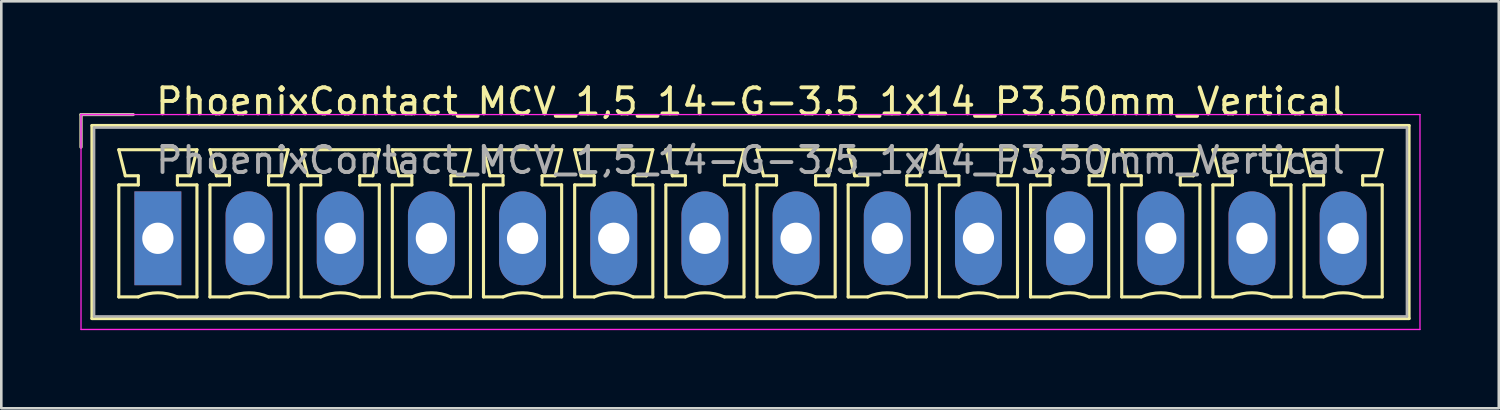
<source format=kicad_pcb>
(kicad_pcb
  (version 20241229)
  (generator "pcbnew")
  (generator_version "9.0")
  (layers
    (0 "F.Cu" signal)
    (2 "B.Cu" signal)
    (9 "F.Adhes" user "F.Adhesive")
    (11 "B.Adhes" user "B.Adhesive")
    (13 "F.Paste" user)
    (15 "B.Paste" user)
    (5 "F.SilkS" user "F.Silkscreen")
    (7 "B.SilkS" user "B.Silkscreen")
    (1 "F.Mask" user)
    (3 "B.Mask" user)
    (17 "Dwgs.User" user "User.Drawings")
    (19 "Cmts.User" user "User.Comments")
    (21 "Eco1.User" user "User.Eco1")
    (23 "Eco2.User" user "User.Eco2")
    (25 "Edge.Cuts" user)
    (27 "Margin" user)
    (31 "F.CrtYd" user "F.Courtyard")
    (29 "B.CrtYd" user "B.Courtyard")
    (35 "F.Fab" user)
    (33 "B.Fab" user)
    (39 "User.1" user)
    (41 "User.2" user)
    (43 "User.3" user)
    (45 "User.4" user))
  (footprint "PhoenixContact_MCV_1,5_14-G-3.5_1x14_P3.50mm_Vertical"
    (layer "F.Cu")
    (at 3.01 6.098)
    (property "Reference" "PhoenixContact_MCV_1,5_14-G-3.5_1x14_P3.50mm_Vertical" (at 22.75 -5.25 0) (layer "F.SilkS") (effects (font (size 1 1) (thickness 0.15))))
    (attr through_hole)
    (fp_line (start -2.95 -4.75) (end -0.95 -4.75) (stroke (width 0.12) (type solid)) (layer "F.SilkS"))
    (fp_line (start -2.95 -3.5) (end -2.95 -4.75) (stroke (width 0.12) (type solid)) (layer "F.SilkS"))
    (fp_line (start -2.53 -4.33) (end -2.53 3.08) (stroke (width 0.12) (type solid)) (layer "F.SilkS"))
    (fp_line (start -2.53 3.08) (end 48.03 3.08) (stroke (width 0.12) (type solid)) (layer "F.SilkS"))
    (fp_line (start -1.5 -3.4) (end 1.5 -3.4) (stroke (width 0.12) (type solid)) (layer "F.SilkS"))
    (fp_line (start -1.5 -2.05) (end -0.75 -2.05) (stroke (width 0.12) (type solid)) (layer "F.SilkS"))
    (fp_line (start -1.5 2.25) (end -1.5 -2.05) (stroke (width 0.12) (type solid)) (layer "F.SilkS"))
    (fp_line (start -1.25 -2.4) (end -1.5 -3.4) (stroke (width 0.12) (type solid)) (layer "F.SilkS"))
    (fp_line (start -0.75 -2.4) (end -1.25 -2.4) (stroke (width 0.12) (type solid)) (layer "F.SilkS"))
    (fp_line (start -0.75 -2.05) (end -0.75 -2.4) (stroke (width 0.12) (type solid)) (layer "F.SilkS"))
    (fp_line (start -0.75 2.25) (end -1.5 2.25) (stroke (width 0.12) (type solid)) (layer "F.SilkS"))
    (fp_line (start 0.75 -2.4) (end 0.75 -2.05) (stroke (width 0.12) (type solid)) (layer "F.SilkS"))
    (fp_line (start 0.75 -2.05) (end 1.5 -2.05) (stroke (width 0.12) (type solid)) (layer "F.SilkS"))
    (fp_line (start 1.25 -2.4) (end 0.75 -2.4) (stroke (width 0.12) (type solid)) (layer "F.SilkS"))
    (fp_line (start 1.5 -3.4) (end 1.25 -2.4) (stroke (width 0.12) (type solid)) (layer "F.SilkS"))
    (fp_line (start 1.5 -2.05) (end 1.5 2.25) (stroke (width 0.12) (type solid)) (layer "F.SilkS"))
    (fp_line (start 1.5 2.25) (end 0.75 2.25) (stroke (width 0.12) (type solid)) (layer "F.SilkS"))
    (fp_line (start 2 -3.4) (end 5 -3.4) (stroke (width 0.12) (type solid)) (layer "F.SilkS"))
    (fp_line (start 2 -2.05) (end 2.75 -2.05) (stroke (width 0.12) (type solid)) (layer "F.SilkS"))
    (fp_line (start 2 2.25) (end 2 -2.05) (stroke (width 0.12) (type solid)) (layer "F.SilkS"))
    (fp_line (start 2.25 -2.4) (end 2 -3.4) (stroke (width 0.12) (type solid)) (layer "F.SilkS"))
    (fp_line (start 2.75 -2.4) (end 2.25 -2.4) (stroke (width 0.12) (type solid)) (layer "F.SilkS"))
    (fp_line (start 2.75 -2.05) (end 2.75 -2.4) (stroke (width 0.12) (type solid)) (layer "F.SilkS"))
    (fp_line (start 2.75 2.25) (end 2 2.25) (stroke (width 0.12) (type solid)) (layer "F.SilkS"))
    (fp_line (start 4.25 -2.4) (end 4.25 -2.05) (stroke (width 0.12) (type solid)) (layer "F.SilkS"))
    (fp_line (start 4.25 -2.05) (end 5 -2.05) (stroke (width 0.12) (type solid)) (layer "F.SilkS"))
    (fp_line (start 4.75 -2.4) (end 4.25 -2.4) (stroke (width 0.12) (type solid)) (layer "F.SilkS"))
    (fp_line (start 5 -3.4) (end 4.75 -2.4) (stroke (width 0.12) (type solid)) (layer "F.SilkS"))
    (fp_line (start 5 -2.05) (end 5 2.25) (stroke (width 0.12) (type solid)) (layer "F.SilkS"))
    (fp_line (start 5 2.25) (end 4.25 2.25) (stroke (width 0.12) (type solid)) (layer "F.SilkS"))
    (fp_line (start 5.5 -3.4) (end 8.5 -3.4) (stroke (width 0.12) (type solid)) (layer "F.SilkS"))
    (fp_line (start 5.5 -2.05) (end 6.25 -2.05) (stroke (width 0.12) (type solid)) (layer "F.SilkS"))
    (fp_line (start 5.5 2.25) (end 5.5 -2.05) (stroke (width 0.12) (type solid)) (layer "F.SilkS"))
    (fp_line (start 5.75 -2.4) (end 5.5 -3.4) (stroke (width 0.12) (type solid)) (layer "F.SilkS"))
    (fp_line (start 6.25 -2.4) (end 5.75 -2.4) (stroke (width 0.12) (type solid)) (layer "F.SilkS"))
    (fp_line (start 6.25 -2.05) (end 6.25 -2.4) (stroke (width 0.12) (type solid)) (layer "F.SilkS"))
    (fp_line (start 6.25 2.25) (end 5.5 2.25) (stroke (width 0.12) (type solid)) (layer "F.SilkS"))
    (fp_line (start 7.75 -2.4) (end 7.75 -2.05) (stroke (width 0.12) (type solid)) (layer "F.SilkS"))
    (fp_line (start 7.75 -2.05) (end 8.5 -2.05) (stroke (width 0.12) (type solid)) (layer "F.SilkS"))
    (fp_line (start 8.25 -2.4) (end 7.75 -2.4) (stroke (width 0.12) (type solid)) (layer "F.SilkS"))
    (fp_line (start 8.5 -3.4) (end 8.25 -2.4) (stroke (width 0.12) (type solid)) (layer "F.SilkS"))
    (fp_line (start 8.5 -2.05) (end 8.5 2.25) (stroke (width 0.12) (type solid)) (layer "F.SilkS"))
    (fp_line (start 8.5 2.25) (end 7.75 2.25) (stroke (width 0.12) (type solid)) (layer "F.SilkS"))
    (fp_line (start 9 -3.4) (end 12 -3.4) (stroke (width 0.12) (type solid)) (layer "F.SilkS"))
    (fp_line (start 9 -2.05) (end 9.75 -2.05) (stroke (width 0.12) (type solid)) (layer "F.SilkS"))
    (fp_line (start 9 2.25) (end 9 -2.05) (stroke (width 0.12) (type solid)) (layer "F.SilkS"))
    (fp_line (start 9.25 -2.4) (end 9 -3.4) (stroke (width 0.12) (type solid)) (layer "F.SilkS"))
    (fp_line (start 9.75 -2.4) (end 9.25 -2.4) (stroke (width 0.12) (type solid)) (layer "F.SilkS"))
    (fp_line (start 9.75 -2.05) (end 9.75 -2.4) (stroke (width 0.12) (type solid)) (layer "F.SilkS"))
    (fp_line (start 9.75 2.25) (end 9 2.25) (stroke (width 0.12) (type solid)) (layer "F.SilkS"))
    (fp_line (start 11.25 -2.4) (end 11.25 -2.05) (stroke (width 0.12) (type solid)) (layer "F.SilkS"))
    (fp_line (start 11.25 -2.05) (end 12 -2.05) (stroke (width 0.12) (type solid)) (layer "F.SilkS"))
    (fp_line (start 11.75 -2.4) (end 11.25 -2.4) (stroke (width 0.12) (type solid)) (layer "F.SilkS"))
    (fp_line (start 12 -3.4) (end 11.75 -2.4) (stroke (width 0.12) (type solid)) (layer "F.SilkS"))
    (fp_line (start 12 -2.05) (end 12 2.25) (stroke (width 0.12) (type solid)) (layer "F.SilkS"))
    (fp_line (start 12 2.25) (end 11.25 2.25) (stroke (width 0.12) (type solid)) (layer "F.SilkS"))
    (fp_line (start 12.5 -3.4) (end 15.5 -3.4) (stroke (width 0.12) (type solid)) (layer "F.SilkS"))
    (fp_line (start 12.5 -2.05) (end 13.25 -2.05) (stroke (width 0.12) (type solid)) (layer "F.SilkS"))
    (fp_line (start 12.5 2.25) (end 12.5 -2.05) (stroke (width 0.12) (type solid)) (layer "F.SilkS"))
    (fp_line (start 12.75 -2.4) (end 12.5 -3.4) (stroke (width 0.12) (type solid)) (layer "F.SilkS"))
    (fp_line (start 13.25 -2.4) (end 12.75 -2.4) (stroke (width 0.12) (type solid)) (layer "F.SilkS"))
    (fp_line (start 13.25 -2.05) (end 13.25 -2.4) (stroke (width 0.12) (type solid)) (layer "F.SilkS"))
    (fp_line (start 13.25 2.25) (end 12.5 2.25) (stroke (width 0.12) (type solid)) (layer "F.SilkS"))
    (fp_line (start 14.75 -2.4) (end 14.75 -2.05) (stroke (width 0.12) (type solid)) (layer "F.SilkS"))
    (fp_line (start 14.75 -2.05) (end 15.5 -2.05) (stroke (width 0.12) (type solid)) (layer "F.SilkS"))
    (fp_line (start 15.25 -2.4) (end 14.75 -2.4) (stroke (width 0.12) (type solid)) (layer "F.SilkS"))
    (fp_line (start 15.5 -3.4) (end 15.25 -2.4) (stroke (width 0.12) (type solid)) (layer "F.SilkS"))
    (fp_line (start 15.5 -2.05) (end 15.5 2.25) (stroke (width 0.12) (type solid)) (layer "F.SilkS"))
    (fp_line (start 15.5 2.25) (end 14.75 2.25) (stroke (width 0.12) (type solid)) (layer "F.SilkS"))
    (fp_line (start 16 -3.4) (end 19 -3.4) (stroke (width 0.12) (type solid)) (layer "F.SilkS"))
    (fp_line (start 16 -2.05) (end 16.75 -2.05) (stroke (width 0.12) (type solid)) (layer "F.SilkS"))
    (fp_line (start 16 2.25) (end 16 -2.05) (stroke (width 0.12) (type solid)) (layer "F.SilkS"))
    (fp_line (start 16.25 -2.4) (end 16 -3.4) (stroke (width 0.12) (type solid)) (layer "F.SilkS"))
    (fp_line (start 16.75 -2.4) (end 16.25 -2.4) (stroke (width 0.12) (type solid)) (layer "F.SilkS"))
    (fp_line (start 16.75 -2.05) (end 16.75 -2.4) (stroke (width 0.12) (type solid)) (layer "F.SilkS"))
    (fp_line (start 16.75 2.25) (end 16 2.25) (stroke (width 0.12) (type solid)) (layer "F.SilkS"))
    (fp_line (start 18.25 -2.4) (end 18.25 -2.05) (stroke (width 0.12) (type solid)) (layer "F.SilkS"))
    (fp_line (start 18.25 -2.05) (end 19 -2.05) (stroke (width 0.12) (type solid)) (layer "F.SilkS"))
    (fp_line (start 18.75 -2.4) (end 18.25 -2.4) (stroke (width 0.12) (type solid)) (layer "F.SilkS"))
    (fp_line (start 19 -3.4) (end 18.75 -2.4) (stroke (width 0.12) (type solid)) (layer "F.SilkS"))
    (fp_line (start 19 -2.05) (end 19 2.25) (stroke (width 0.12) (type solid)) (layer "F.SilkS"))
    (fp_line (start 19 2.25) (end 18.25 2.25) (stroke (width 0.12) (type solid)) (layer "F.SilkS"))
    (fp_line (start 19.5 -3.4) (end 22.5 -3.4) (stroke (width 0.12) (type solid)) (layer "F.SilkS"))
    (fp_line (start 19.5 -2.05) (end 20.25 -2.05) (stroke (width 0.12) (type solid)) (layer "F.SilkS"))
    (fp_line (start 19.5 2.25) (end 19.5 -2.05) (stroke (width 0.12) (type solid)) (layer "F.SilkS"))
    (fp_line (start 19.75 -2.4) (end 19.5 -3.4) (stroke (width 0.12) (type solid)) (layer "F.SilkS"))
    (fp_line (start 20.25 -2.4) (end 19.75 -2.4) (stroke (width 0.12) (type solid)) (layer "F.SilkS"))
    (fp_line (start 20.25 -2.05) (end 20.25 -2.4) (stroke (width 0.12) (type solid)) (layer "F.SilkS"))
    (fp_line (start 20.25 2.25) (end 19.5 2.25) (stroke (width 0.12) (type solid)) (layer "F.SilkS"))
    (fp_line (start 21.75 -2.4) (end 21.75 -2.05) (stroke (width 0.12) (type solid)) (layer "F.SilkS"))
    (fp_line (start 21.75 -2.05) (end 22.5 -2.05) (stroke (width 0.12) (type solid)) (layer "F.SilkS"))
    (fp_line (start 22.25 -2.4) (end 21.75 -2.4) (stroke (width 0.12) (type solid)) (layer "F.SilkS"))
    (fp_line (start 22.5 -3.4) (end 22.25 -2.4) (stroke (width 0.12) (type solid)) (layer "F.SilkS"))
    (fp_line (start 22.5 -2.05) (end 22.5 2.25) (stroke (width 0.12) (type solid)) (layer "F.SilkS"))
    (fp_line (start 22.5 2.25) (end 21.75 2.25) (stroke (width 0.12) (type solid)) (layer "F.SilkS"))
    (fp_line (start 23 -3.4) (end 26 -3.4) (stroke (width 0.12) (type solid)) (layer "F.SilkS"))
    (fp_line (start 23 -2.05) (end 23.75 -2.05) (stroke (width 0.12) (type solid)) (layer "F.SilkS"))
    (fp_line (start 23 2.25) (end 23 -2.05) (stroke (width 0.12) (type solid)) (layer "F.SilkS"))
    (fp_line (start 23.25 -2.4) (end 23 -3.4) (stroke (width 0.12) (type solid)) (layer "F.SilkS"))
    (fp_line (start 23.75 -2.4) (end 23.25 -2.4) (stroke (width 0.12) (type solid)) (layer "F.SilkS"))
    (fp_line (start 23.75 -2.05) (end 23.75 -2.4) (stroke (width 0.12) (type solid)) (layer "F.SilkS"))
    (fp_line (start 23.75 2.25) (end 23 2.25) (stroke (width 0.12) (type solid)) (layer "F.SilkS"))
    (fp_line (start 25.25 -2.4) (end 25.25 -2.05) (stroke (width 0.12) (type solid)) (layer "F.SilkS"))
    (fp_line (start 25.25 -2.05) (end 26 -2.05) (stroke (width 0.12) (type solid)) (layer "F.SilkS"))
    (fp_line (start 25.75 -2.4) (end 25.25 -2.4) (stroke (width 0.12) (type solid)) (layer "F.SilkS"))
    (fp_line (start 26 -3.4) (end 25.75 -2.4) (stroke (width 0.12) (type solid)) (layer "F.SilkS"))
    (fp_line (start 26 -2.05) (end 26 2.25) (stroke (width 0.12) (type solid)) (layer "F.SilkS"))
    (fp_line (start 26 2.25) (end 25.25 2.25) (stroke (width 0.12) (type solid)) (layer "F.SilkS"))
    (fp_line (start 26.5 -3.4) (end 29.5 -3.4) (stroke (width 0.12) (type solid)) (layer "F.SilkS"))
    (fp_line (start 26.5 -2.05) (end 27.25 -2.05) (stroke (width 0.12) (type solid)) (layer "F.SilkS"))
    (fp_line (start 26.5 2.25) (end 26.5 -2.05) (stroke (width 0.12) (type solid)) (layer "F.SilkS"))
    (fp_line (start 26.75 -2.4) (end 26.5 -3.4) (stroke (width 0.12) (type solid)) (layer "F.SilkS"))
    (fp_line (start 27.25 -2.4) (end 26.75 -2.4) (stroke (width 0.12) (type solid)) (layer "F.SilkS"))
    (fp_line (start 27.25 -2.05) (end 27.25 -2.4) (stroke (width 0.12) (type solid)) (layer "F.SilkS"))
    (fp_line (start 27.25 2.25) (end 26.5 2.25) (stroke (width 0.12) (type solid)) (layer "F.SilkS"))
    (fp_line (start 28.75 -2.4) (end 28.75 -2.05) (stroke (width 0.12) (type solid)) (layer "F.SilkS"))
    (fp_line (start 28.75 -2.05) (end 29.5 -2.05) (stroke (width 0.12) (type solid)) (layer "F.SilkS"))
    (fp_line (start 29.25 -2.4) (end 28.75 -2.4) (stroke (width 0.12) (type solid)) (layer "F.SilkS"))
    (fp_line (start 29.5 -3.4) (end 29.25 -2.4) (stroke (width 0.12) (type solid)) (layer "F.SilkS"))
    (fp_line (start 29.5 -2.05) (end 29.5 2.25) (stroke (width 0.12) (type solid)) (layer "F.SilkS"))
    (fp_line (start 29.5 2.25) (end 28.75 2.25) (stroke (width 0.12) (type solid)) (layer "F.SilkS"))
    (fp_line (start 30 -3.4) (end 33 -3.4) (stroke (width 0.12) (type solid)) (layer "F.SilkS"))
    (fp_line (start 30 -2.05) (end 30.75 -2.05) (stroke (width 0.12) (type solid)) (layer "F.SilkS"))
    (fp_line (start 30 2.25) (end 30 -2.05) (stroke (width 0.12) (type solid)) (layer "F.SilkS"))
    (fp_line (start 30.25 -2.4) (end 30 -3.4) (stroke (width 0.12) (type solid)) (layer "F.SilkS"))
    (fp_line (start 30.75 -2.4) (end 30.25 -2.4) (stroke (width 0.12) (type solid)) (layer "F.SilkS"))
    (fp_line (start 30.75 -2.05) (end 30.75 -2.4) (stroke (width 0.12) (type solid)) (layer "F.SilkS"))
    (fp_line (start 30.75 2.25) (end 30 2.25) (stroke (width 0.12) (type solid)) (layer "F.SilkS"))
    (fp_line (start 32.25 -2.4) (end 32.25 -2.05) (stroke (width 0.12) (type solid)) (layer "F.SilkS"))
    (fp_line (start 32.25 -2.05) (end 33 -2.05) (stroke (width 0.12) (type solid)) (layer "F.SilkS"))
    (fp_line (start 32.75 -2.4) (end 32.25 -2.4) (stroke (width 0.12) (type solid)) (layer "F.SilkS"))
    (fp_line (start 33 -3.4) (end 32.75 -2.4) (stroke (width 0.12) (type solid)) (layer "F.SilkS"))
    (fp_line (start 33 -2.05) (end 33 2.25) (stroke (width 0.12) (type solid)) (layer "F.SilkS"))
    (fp_line (start 33 2.25) (end 32.25 2.25) (stroke (width 0.12) (type solid)) (layer "F.SilkS"))
    (fp_line (start 33.5 -3.4) (end 36.5 -3.4) (stroke (width 0.12) (type solid)) (layer "F.SilkS"))
    (fp_line (start 33.5 -2.05) (end 34.25 -2.05) (stroke (width 0.12) (type solid)) (layer "F.SilkS"))
    (fp_line (start 33.5 2.25) (end 33.5 -2.05) (stroke (width 0.12) (type solid)) (layer "F.SilkS"))
    (fp_line (start 33.75 -2.4) (end 33.5 -3.4) (stroke (width 0.12) (type solid)) (layer "F.SilkS"))
    (fp_line (start 34.25 -2.4) (end 33.75 -2.4) (stroke (width 0.12) (type solid)) (layer "F.SilkS"))
    (fp_line (start 34.25 -2.05) (end 34.25 -2.4) (stroke (width 0.12) (type solid)) (layer "F.SilkS"))
    (fp_line (start 34.25 2.25) (end 33.5 2.25) (stroke (width 0.12) (type solid)) (layer "F.SilkS"))
    (fp_line (start 35.75 -2.4) (end 35.75 -2.05) (stroke (width 0.12) (type solid)) (layer "F.SilkS"))
    (fp_line (start 35.75 -2.05) (end 36.5 -2.05) (stroke (width 0.12) (type solid)) (layer "F.SilkS"))
    (fp_line (start 36.25 -2.4) (end 35.75 -2.4) (stroke (width 0.12) (type solid)) (layer "F.SilkS"))
    (fp_line (start 36.5 -3.4) (end 36.25 -2.4) (stroke (width 0.12) (type solid)) (layer "F.SilkS"))
    (fp_line (start 36.5 -2.05) (end 36.5 2.25) (stroke (width 0.12) (type solid)) (layer "F.SilkS"))
    (fp_line (start 36.5 2.25) (end 35.75 2.25) (stroke (width 0.12) (type solid)) (layer "F.SilkS"))
    (fp_line (start 37 -3.4) (end 40 -3.4) (stroke (width 0.12) (type solid)) (layer "F.SilkS"))
    (fp_line (start 37 -2.05) (end 37.75 -2.05) (stroke (width 0.12) (type solid)) (layer "F.SilkS"))
    (fp_line (start 37 2.25) (end 37 -2.05) (stroke (width 0.12) (type solid)) (layer "F.SilkS"))
    (fp_line (start 37.25 -2.4) (end 37 -3.4) (stroke (width 0.12) (type solid)) (layer "F.SilkS"))
    (fp_line (start 37.75 -2.4) (end 37.25 -2.4) (stroke (width 0.12) (type solid)) (layer "F.SilkS"))
    (fp_line (start 37.75 -2.05) (end 37.75 -2.4) (stroke (width 0.12) (type solid)) (layer "F.SilkS"))
    (fp_line (start 37.75 2.25) (end 37 2.25) (stroke (width 0.12) (type solid)) (layer "F.SilkS"))
    (fp_line (start 39.25 -2.4) (end 39.25 -2.05) (stroke (width 0.12) (type solid)) (layer "F.SilkS"))
    (fp_line (start 39.25 -2.05) (end 40 -2.05) (stroke (width 0.12) (type solid)) (layer "F.SilkS"))
    (fp_line (start 39.75 -2.4) (end 39.25 -2.4) (stroke (width 0.12) (type solid)) (layer "F.SilkS"))
    (fp_line (start 40 -3.4) (end 39.75 -2.4) (stroke (width 0.12) (type solid)) (layer "F.SilkS"))
    (fp_line (start 40 -2.05) (end 40 2.25) (stroke (width 0.12) (type solid)) (layer "F.SilkS"))
    (fp_line (start 40 2.25) (end 39.25 2.25) (stroke (width 0.12) (type solid)) (layer "F.SilkS"))
    (fp_line (start 40.5 -3.4) (end 43.5 -3.4) (stroke (width 0.12) (type solid)) (layer "F.SilkS"))
    (fp_line (start 40.5 -2.05) (end 41.25 -2.05) (stroke (width 0.12) (type solid)) (layer "F.SilkS"))
    (fp_line (start 40.5 2.25) (end 40.5 -2.05) (stroke (width 0.12) (type solid)) (layer "F.SilkS"))
    (fp_line (start 40.75 -2.4) (end 40.5 -3.4) (stroke (width 0.12) (type solid)) (layer "F.SilkS"))
    (fp_line (start 41.25 -2.4) (end 40.75 -2.4) (stroke (width 0.12) (type solid)) (layer "F.SilkS"))
    (fp_line (start 41.25 -2.05) (end 41.25 -2.4) (stroke (width 0.12) (type solid)) (layer "F.SilkS"))
    (fp_line (start 41.25 2.25) (end 40.5 2.25) (stroke (width 0.12) (type solid)) (layer "F.SilkS"))
    (fp_line (start 42.75 -2.4) (end 42.75 -2.05) (stroke (width 0.12) (type solid)) (layer "F.SilkS"))
    (fp_line (start 42.75 -2.05) (end 43.5 -2.05) (stroke (width 0.12) (type solid)) (layer "F.SilkS"))
    (fp_line (start 43.25 -2.4) (end 42.75 -2.4) (stroke (width 0.12) (type solid)) (layer "F.SilkS"))
    (fp_line (start 43.5 -3.4) (end 43.25 -2.4) (stroke (width 0.12) (type solid)) (layer "F.SilkS"))
    (fp_line (start 43.5 -2.05) (end 43.5 2.25) (stroke (width 0.12) (type solid)) (layer "F.SilkS"))
    (fp_line (start 43.5 2.25) (end 42.75 2.25) (stroke (width 0.12) (type solid)) (layer "F.SilkS"))
    (fp_line (start 44 -3.4) (end 47 -3.4) (stroke (width 0.12) (type solid)) (layer "F.SilkS"))
    (fp_line (start 44 -2.05) (end 44.75 -2.05) (stroke (width 0.12) (type solid)) (layer "F.SilkS"))
    (fp_line (start 44 2.25) (end 44 -2.05) (stroke (width 0.12) (type solid)) (layer "F.SilkS"))
    (fp_line (start 44.25 -2.4) (end 44 -3.4) (stroke (width 0.12) (type solid)) (layer "F.SilkS"))
    (fp_line (start 44.75 -2.4) (end 44.25 -2.4) (stroke (width 0.12) (type solid)) (layer "F.SilkS"))
    (fp_line (start 44.75 -2.05) (end 44.75 -2.4) (stroke (width 0.12) (type solid)) (layer "F.SilkS"))
    (fp_line (start 44.75 2.25) (end 44 2.25) (stroke (width 0.12) (type solid)) (layer "F.SilkS"))
    (fp_line (start 46.25 -2.4) (end 46.25 -2.05) (stroke (width 0.12) (type solid)) (layer "F.SilkS"))
    (fp_line (start 46.25 -2.05) (end 47 -2.05) (stroke (width 0.12) (type solid)) (layer "F.SilkS"))
    (fp_line (start 46.75 -2.4) (end 46.25 -2.4) (stroke (width 0.12) (type solid)) (layer "F.SilkS"))
    (fp_line (start 47 -3.4) (end 46.75 -2.4) (stroke (width 0.12) (type solid)) (layer "F.SilkS"))
    (fp_line (start 47 -2.05) (end 47 2.25) (stroke (width 0.12) (type solid)) (layer "F.SilkS"))
    (fp_line (start 47 2.25) (end 46.25 2.25) (stroke (width 0.12) (type solid)) (layer "F.SilkS"))
    (fp_line (start 48.03 -4.33) (end -2.53 -4.33) (stroke (width 0.12) (type solid)) (layer "F.SilkS"))
    (fp_line (start 48.03 3.08) (end 48.03 -4.33) (stroke (width 0.12) (type solid)) (layer "F.SilkS"))
    (fp_arc (start -0.75 2.25) (mid -0.000193 2.09191) (end 0.749647 2.249844) (stroke (width 0.12) (type solid)) (layer "F.SilkS"))
    (fp_arc (start 2.75 2.25) (mid 3.499807 2.09191) (end 4.249647 2.249844) (stroke (width 0.12) (type solid)) (layer "F.SilkS"))
    (fp_arc (start 6.25 2.25) (mid 6.999807 2.09191) (end 7.749647 2.249844) (stroke (width 0.12) (type solid)) (layer "F.SilkS"))
    (fp_arc (start 9.75 2.25) (mid 10.499807 2.09191) (end 11.249647 2.249844) (stroke (width 0.12) (type solid)) (layer "F.SilkS"))
    (fp_arc (start 13.25 2.25) (mid 13.999807 2.09191) (end 14.749647 2.249844) (stroke (width 0.12) (type solid)) (layer "F.SilkS"))
    (fp_arc (start 16.75 2.25) (mid 17.499807 2.09191) (end 18.249647 2.249844) (stroke (width 0.12) (type solid)) (layer "F.SilkS"))
    (fp_arc (start 20.25 2.25) (mid 20.999807 2.09191) (end 21.749647 2.249844) (stroke (width 0.12) (type solid)) (layer "F.SilkS"))
    (fp_arc (start 23.75 2.25) (mid 24.499807 2.09191) (end 25.249647 2.249844) (stroke (width 0.12) (type solid)) (layer "F.SilkS"))
    (fp_arc (start 27.25 2.25) (mid 27.999807 2.09191) (end 28.749647 2.249844) (stroke (width 0.12) (type solid)) (layer "F.SilkS"))
    (fp_arc (start 30.75 2.25) (mid 31.499807 2.09191) (end 32.249647 2.249844) (stroke (width 0.12) (type solid)) (layer "F.SilkS"))
    (fp_arc (start 34.25 2.25) (mid 34.999807 2.09191) (end 35.749647 2.249844) (stroke (width 0.12) (type solid)) (layer "F.SilkS"))
    (fp_arc (start 37.75 2.25) (mid 38.499807 2.09191) (end 39.249647 2.249844) (stroke (width 0.12) (type solid)) (layer "F.SilkS"))
    (fp_arc (start 41.25 2.25) (mid 41.999807 2.09191) (end 42.749647 2.249844) (stroke (width 0.12) (type solid)) (layer "F.SilkS"))
    (fp_arc (start 44.75 2.25) (mid 45.499807 2.09191) (end 46.249647 2.249844) (stroke (width 0.12) (type solid)) (layer "F.SilkS"))
    (fp_line (start -2.95 -4.75) (end -2.95 3.5) (stroke (width 0.05) (type solid)) (layer "F.CrtYd"))
    (fp_line (start -2.95 3.5) (end 48.45 3.5) (stroke (width 0.05) (type solid)) (layer "F.CrtYd"))
    (fp_line (start 48.45 -4.75) (end -2.95 -4.75) (stroke (width 0.05) (type solid)) (layer "F.CrtYd"))
    (fp_line (start 48.45 3.5) (end 48.45 -4.75) (stroke (width 0.05) (type solid)) (layer "F.CrtYd"))
    (fp_line (start -2.95 -4.75) (end -0.95 -4.75) (stroke (width 0.1) (type solid)) (layer "F.Fab"))
    (fp_line (start -2.95 -3.5) (end -2.95 -4.75) (stroke (width 0.1) (type solid)) (layer "F.Fab"))
    (fp_line (start -2.45 -4.25) (end -2.45 3) (stroke (width 0.1) (type solid)) (layer "F.Fab"))
    (fp_line (start -2.45 3) (end 47.95 3) (stroke (width 0.1) (type solid)) (layer "F.Fab"))
    (fp_line (start 47.95 -4.25) (end -2.45 -4.25) (stroke (width 0.1) (type solid)) (layer "F.Fab"))
    (fp_line (start 47.95 3) (end 47.95 -4.25) (stroke (width 0.1) (type solid)) (layer "F.Fab"))
    (fp_text user "${REFERENCE}" (at 22.75 -3 0) (layer "F.Fab") (effects (font (size 1 1) (thickness 0.15))))
    (pad "1" thru_hole rect (at 0 0) (size 1.8 3.6) (drill 1.2) (layers "*.Cu" "*.Mask"))
    (pad "2" thru_hole oval (at 3.5 0) (size 1.8 3.6) (drill 1.2) (layers "*.Cu" "*.Mask"))
    (pad "3" thru_hole oval (at 7 0) (size 1.8 3.6) (drill 1.2) (layers "*.Cu" "*.Mask"))
    (pad "4" thru_hole oval (at 10.5 0) (size 1.8 3.6) (drill 1.2) (layers "*.Cu" "*.Mask"))
    (pad "5" thru_hole oval (at 14 0) (size 1.8 3.6) (drill 1.2) (layers "*.Cu" "*.Mask"))
    (pad "6" thru_hole oval (at 17.5 0) (size 1.8 3.6) (drill 1.2) (layers "*.Cu" "*.Mask"))
    (pad "7" thru_hole oval (at 21 0) (size 1.8 3.6) (drill 1.2) (layers "*.Cu" "*.Mask"))
    (pad "8" thru_hole oval (at 24.5 0) (size 1.8 3.6) (drill 1.2) (layers "*.Cu" "*.Mask"))
    (pad "9" thru_hole oval (at 28 0) (size 1.8 3.6) (drill 1.2) (layers "*.Cu" "*.Mask"))
    (pad "10" thru_hole oval (at 31.5 0) (size 1.8 3.6) (drill 1.2) (layers "*.Cu" "*.Mask"))
    (pad "11" thru_hole oval (at 35 0) (size 1.8 3.6) (drill 1.2) (layers "*.Cu" "*.Mask"))
    (pad "12" thru_hole oval (at 38.5 0) (size 1.8 3.6) (drill 1.2) (layers "*.Cu" "*.Mask"))
    (pad "13" thru_hole oval (at 42 0) (size 1.8 3.6) (drill 1.2) (layers "*.Cu" "*.Mask"))
    (pad "14" thru_hole oval (at 45.5 0) (size 1.8 3.6) (drill 1.2) (layers "*.Cu" "*.Mask")))
  (gr_rect
    (start -3 -3)
    (end 54.485 12.623)
    (stroke (width 0.1) (type default))
    (fill no)
    (layer "Edge.Cuts")))
</source>
